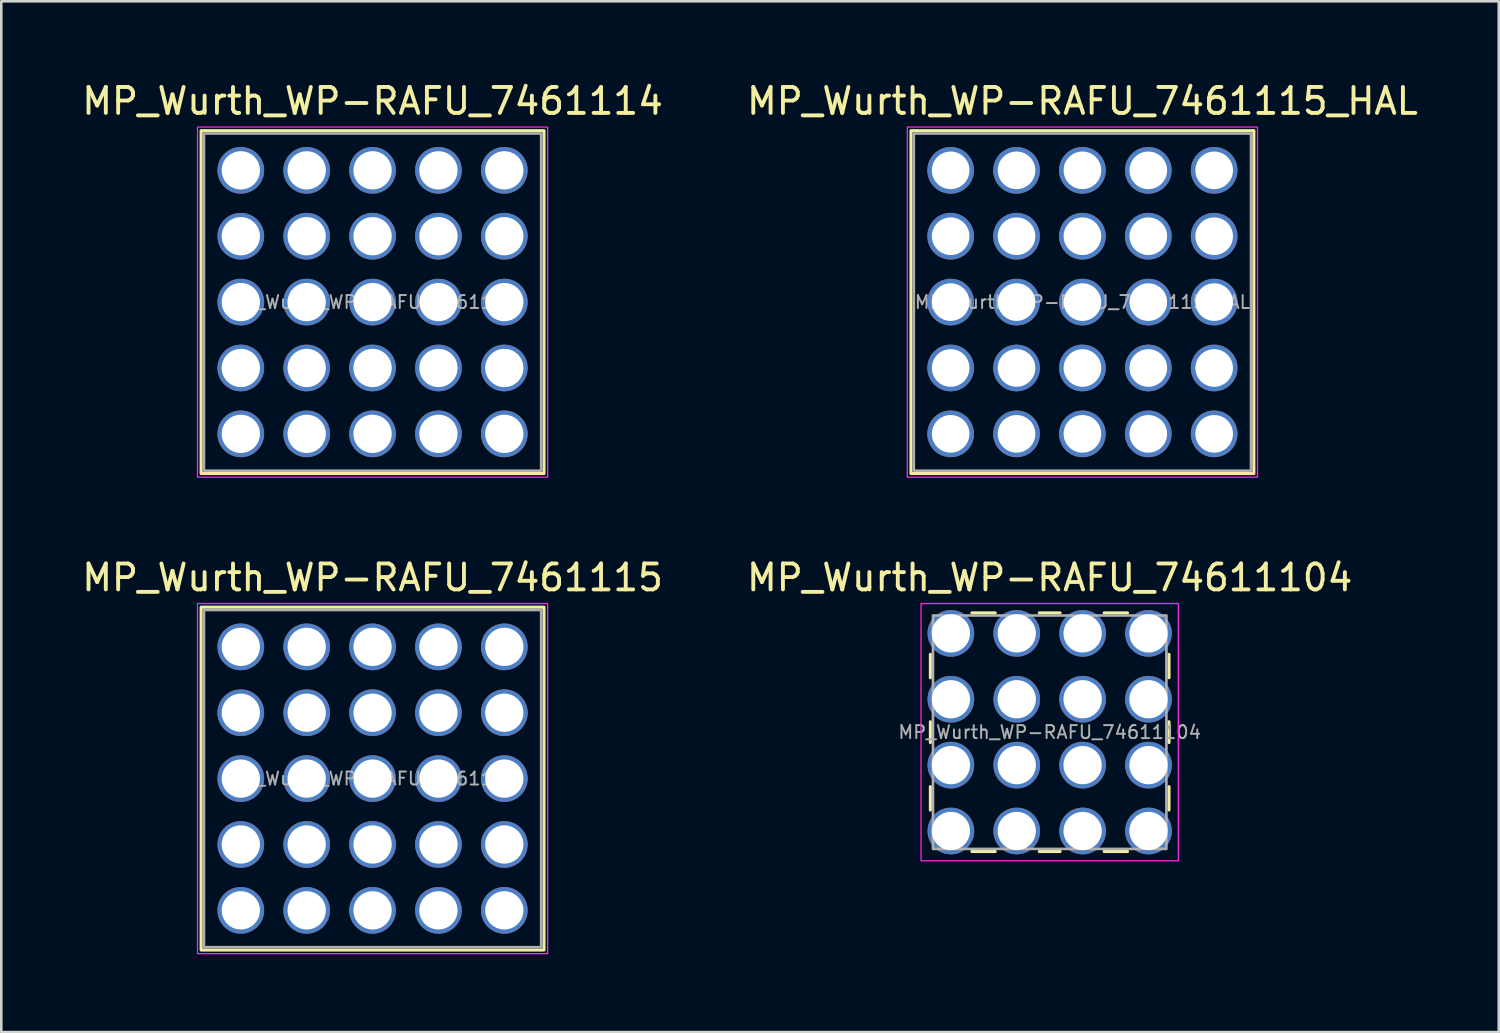
<source format=kicad_pcb>
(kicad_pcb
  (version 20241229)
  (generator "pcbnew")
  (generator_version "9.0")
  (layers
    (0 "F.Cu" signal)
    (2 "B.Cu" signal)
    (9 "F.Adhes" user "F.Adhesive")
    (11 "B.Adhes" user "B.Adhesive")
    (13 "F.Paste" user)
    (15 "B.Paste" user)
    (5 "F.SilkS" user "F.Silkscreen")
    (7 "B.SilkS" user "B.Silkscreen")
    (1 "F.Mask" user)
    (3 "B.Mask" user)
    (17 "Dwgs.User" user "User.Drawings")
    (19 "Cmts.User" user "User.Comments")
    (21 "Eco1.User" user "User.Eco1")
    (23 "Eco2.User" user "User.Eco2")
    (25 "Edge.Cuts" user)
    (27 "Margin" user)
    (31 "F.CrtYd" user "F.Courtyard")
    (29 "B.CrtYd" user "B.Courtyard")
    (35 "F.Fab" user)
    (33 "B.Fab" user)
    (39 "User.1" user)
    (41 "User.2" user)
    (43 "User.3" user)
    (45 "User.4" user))
  (footprint "MP_Wurth_WP-RAFU_7461114"
    (layer "F.Cu")
    (at 11.315 8.598)
    (property "Reference" "MP_Wurth_WP-RAFU_7461114" (at 0 -7.75 0) (unlocked yes) (layer "F.SilkS") (effects (font (size 1 1) (thickness 0.15))))
    (attr through_hole)
    (fp_rect (start -6.61 -6.61) (end 6.61 6.61) (stroke (width 0.12) (type solid)) (fill no) (layer "F.SilkS"))
    (fp_rect (start -6.75 -6.75) (end 6.75 6.75) (stroke (width 0.05) (type solid)) (fill no) (layer "F.CrtYd"))
    (fp_rect (start -6.5 -6.5) (end 6.5 6.5) (stroke (width 0.1) (type solid)) (fill no) (layer "F.Fab"))
    (fp_text user "${REFERENCE}" (at 0 0 0) (unlocked yes) (layer "F.Fab") (effects (font (size 0.5 0.5) (thickness 0.075))))
    (pad "1" thru_hole circle (at -5.08 -5.08) (size 1.8 1.8) (drill 1.475) (layers "*.Cu" "*.Mask"))
    (pad "1" thru_hole circle (at -5.08 -2.54) (size 1.8 1.8) (drill 1.475) (layers "*.Cu" "*.Mask"))
    (pad "1" thru_hole circle (at -5.08 0) (size 1.8 1.8) (drill 1.475) (layers "*.Cu" "*.Mask"))
    (pad "1" thru_hole circle (at -5.08 2.54) (size 1.8 1.8) (drill 1.475) (layers "*.Cu" "*.Mask"))
    (pad "1" thru_hole circle (at -5.08 5.08) (size 1.8 1.8) (drill 1.475) (layers "*.Cu" "*.Mask"))
    (pad "1" thru_hole circle (at -2.54 -5.08) (size 1.8 1.8) (drill 1.475) (layers "*.Cu" "*.Mask"))
    (pad "1" thru_hole circle (at -2.54 -2.54) (size 1.8 1.8) (drill 1.475) (layers "*.Cu" "*.Mask"))
    (pad "1" thru_hole circle (at -2.54 0) (size 1.8 1.8) (drill 1.475) (layers "*.Cu" "*.Mask"))
    (pad "1" thru_hole circle (at -2.54 2.54) (size 1.8 1.8) (drill 1.475) (layers "*.Cu" "*.Mask"))
    (pad "1" thru_hole circle (at -2.54 5.08) (size 1.8 1.8) (drill 1.475) (layers "*.Cu" "*.Mask"))
    (pad "1" thru_hole circle (at 0 -5.08) (size 1.8 1.8) (drill 1.475) (layers "*.Cu" "*.Mask"))
    (pad "1" thru_hole circle (at 0 -2.54) (size 1.8 1.8) (drill 1.475) (layers "*.Cu" "*.Mask"))
    (pad "1" thru_hole circle (at 0 0) (size 1.8 1.8) (drill 1.475) (layers "*.Cu" "*.Mask"))
    (pad "1" thru_hole circle (at 0 2.54) (size 1.8 1.8) (drill 1.475) (layers "*.Cu" "*.Mask"))
    (pad "1" thru_hole circle (at 0 5.08) (size 1.8 1.8) (drill 1.475) (layers "*.Cu" "*.Mask"))
    (pad "1" thru_hole circle (at 2.54 -5.08) (size 1.8 1.8) (drill 1.475) (layers "*.Cu" "*.Mask"))
    (pad "1" thru_hole circle (at 2.54 -2.54) (size 1.8 1.8) (drill 1.475) (layers "*.Cu" "*.Mask"))
    (pad "1" thru_hole circle (at 2.54 0) (size 1.8 1.8) (drill 1.475) (layers "*.Cu" "*.Mask"))
    (pad "1" thru_hole circle (at 2.54 2.54) (size 1.8 1.8) (drill 1.475) (layers "*.Cu" "*.Mask"))
    (pad "1" thru_hole circle (at 2.54 5.08) (size 1.8 1.8) (drill 1.475) (layers "*.Cu" "*.Mask"))
    (pad "1" thru_hole circle (at 5.08 -5.08) (size 1.8 1.8) (drill 1.475) (layers "*.Cu" "*.Mask"))
    (pad "1" thru_hole circle (at 5.08 -2.54) (size 1.8 1.8) (drill 1.475) (layers "*.Cu" "*.Mask"))
    (pad "1" thru_hole circle (at 5.08 0) (size 1.8 1.8) (drill 1.475) (layers "*.Cu" "*.Mask"))
    (pad "1" thru_hole circle (at 5.08 2.54) (size 1.8 1.8) (drill 1.475) (layers "*.Cu" "*.Mask"))
    (pad "1" thru_hole circle (at 5.08 5.08) (size 1.8 1.8) (drill 1.475) (layers "*.Cu" "*.Mask")))
  (footprint "MP_Wurth_WP-RAFU_7461115"
    (layer "F.Cu")
    (at 11.315 26.971)
    (property "Reference" "MP_Wurth_WP-RAFU_7461115" (at 0 -7.75 0) (unlocked yes) (layer "F.SilkS") (effects (font (size 1 1) (thickness 0.15))))
    (attr through_hole)
    (fp_rect (start -6.61 -6.61) (end 6.61 6.61) (stroke (width 0.12) (type solid)) (fill no) (layer "F.SilkS"))
    (fp_rect (start -6.75 -6.75) (end 6.75 6.75) (stroke (width 0.05) (type solid)) (fill no) (layer "F.CrtYd"))
    (fp_rect (start -6.5 -6.5) (end 6.5 6.5) (stroke (width 0.1) (type solid)) (fill no) (layer "F.Fab"))
    (fp_text user "${REFERENCE}" (at 0 0 0) (unlocked yes) (layer "F.Fab") (effects (font (size 0.5 0.5) (thickness 0.075))))
    (pad "1" thru_hole circle (at -5.08 -5.08) (size 1.8 1.8) (drill 1.475) (layers "*.Cu" "*.Mask"))
    (pad "1" thru_hole circle (at -5.08 -2.54) (size 1.8 1.8) (drill 1.475) (layers "*.Cu" "*.Mask"))
    (pad "1" thru_hole circle (at -5.08 0) (size 1.8 1.8) (drill 1.475) (layers "*.Cu" "*.Mask"))
    (pad "1" thru_hole circle (at -5.08 2.54) (size 1.8 1.8) (drill 1.475) (layers "*.Cu" "*.Mask"))
    (pad "1" thru_hole circle (at -5.08 5.08) (size 1.8 1.8) (drill 1.475) (layers "*.Cu" "*.Mask"))
    (pad "1" thru_hole circle (at -2.54 -5.08) (size 1.8 1.8) (drill 1.475) (layers "*.Cu" "*.Mask"))
    (pad "1" thru_hole circle (at -2.54 -2.54) (size 1.8 1.8) (drill 1.475) (layers "*.Cu" "*.Mask"))
    (pad "1" thru_hole circle (at -2.54 0) (size 1.8 1.8) (drill 1.475) (layers "*.Cu" "*.Mask"))
    (pad "1" thru_hole circle (at -2.54 2.54) (size 1.8 1.8) (drill 1.475) (layers "*.Cu" "*.Mask"))
    (pad "1" thru_hole circle (at -2.54 5.08) (size 1.8 1.8) (drill 1.475) (layers "*.Cu" "*.Mask"))
    (pad "1" thru_hole circle (at 0 -5.08) (size 1.8 1.8) (drill 1.475) (layers "*.Cu" "*.Mask"))
    (pad "1" thru_hole circle (at 0 -2.54) (size 1.8 1.8) (drill 1.475) (layers "*.Cu" "*.Mask"))
    (pad "1" thru_hole circle (at 0 0) (size 1.8 1.8) (drill 1.475) (layers "*.Cu" "*.Mask"))
    (pad "1" thru_hole circle (at 0 2.54) (size 1.8 1.8) (drill 1.475) (layers "*.Cu" "*.Mask"))
    (pad "1" thru_hole circle (at 0 5.08) (size 1.8 1.8) (drill 1.475) (layers "*.Cu" "*.Mask"))
    (pad "1" thru_hole circle (at 2.54 -5.08) (size 1.8 1.8) (drill 1.475) (layers "*.Cu" "*.Mask"))
    (pad "1" thru_hole circle (at 2.54 -2.54) (size 1.8 1.8) (drill 1.475) (layers "*.Cu" "*.Mask"))
    (pad "1" thru_hole circle (at 2.54 0) (size 1.8 1.8) (drill 1.475) (layers "*.Cu" "*.Mask"))
    (pad "1" thru_hole circle (at 2.54 2.54) (size 1.8 1.8) (drill 1.475) (layers "*.Cu" "*.Mask"))
    (pad "1" thru_hole circle (at 2.54 5.08) (size 1.8 1.8) (drill 1.475) (layers "*.Cu" "*.Mask"))
    (pad "1" thru_hole circle (at 5.08 -5.08) (size 1.8 1.8) (drill 1.475) (layers "*.Cu" "*.Mask"))
    (pad "1" thru_hole circle (at 5.08 -2.54) (size 1.8 1.8) (drill 1.475) (layers "*.Cu" "*.Mask"))
    (pad "1" thru_hole circle (at 5.08 0) (size 1.8 1.8) (drill 1.475) (layers "*.Cu" "*.Mask"))
    (pad "1" thru_hole circle (at 5.08 2.54) (size 1.8 1.8) (drill 1.475) (layers "*.Cu" "*.Mask"))
    (pad "1" thru_hole circle (at 5.08 5.08) (size 1.8 1.8) (drill 1.475) (layers "*.Cu" "*.Mask")))
  (footprint "MP_Wurth_WP-RAFU_7461115_HAL"
    (layer "F.Cu")
    (at 38.685 8.598)
    (property "Reference" "MP_Wurth_WP-RAFU_7461115_HAL" (at 0 -7.75 0) (unlocked yes) (layer "F.SilkS") (effects (font (size 1 1) (thickness 0.15))))
    (attr through_hole)
    (fp_rect (start -6.61 -6.61) (end 6.61 6.61) (stroke (width 0.12) (type solid)) (fill no) (layer "F.SilkS"))
    (fp_rect (start -6.75 -6.75) (end 6.75 6.75) (stroke (width 0.05) (type solid)) (fill no) (layer "F.CrtYd"))
    (fp_rect (start -6.5 -6.5) (end 6.5 6.5) (stroke (width 0.1) (type solid)) (fill no) (layer "F.Fab"))
    (fp_text user "${REFERENCE}" (at 0 0 0) (unlocked yes) (layer "F.Fab") (effects (font (size 0.5 0.5) (thickness 0.075))))
    (pad "1" thru_hole circle (at -5.08 -5.08) (size 1.8 1.8) (drill 1.45) (layers "*.Cu" "*.Mask"))
    (pad "1" thru_hole circle (at -5.08 -2.54) (size 1.8 1.8) (drill 1.45) (layers "*.Cu" "*.Mask"))
    (pad "1" thru_hole circle (at -5.08 0) (size 1.8 1.8) (drill 1.45) (layers "*.Cu" "*.Mask"))
    (pad "1" thru_hole circle (at -5.08 2.54) (size 1.8 1.8) (drill 1.45) (layers "*.Cu" "*.Mask"))
    (pad "1" thru_hole circle (at -5.08 5.08) (size 1.8 1.8) (drill 1.45) (layers "*.Cu" "*.Mask"))
    (pad "1" thru_hole circle (at -2.54 -5.08) (size 1.8 1.8) (drill 1.45) (layers "*.Cu" "*.Mask"))
    (pad "1" thru_hole circle (at -2.54 -2.54) (size 1.8 1.8) (drill 1.45) (layers "*.Cu" "*.Mask"))
    (pad "1" thru_hole circle (at -2.54 0) (size 1.8 1.8) (drill 1.45) (layers "*.Cu" "*.Mask"))
    (pad "1" thru_hole circle (at -2.54 2.54) (size 1.8 1.8) (drill 1.45) (layers "*.Cu" "*.Mask"))
    (pad "1" thru_hole circle (at -2.54 5.08) (size 1.8 1.8) (drill 1.45) (layers "*.Cu" "*.Mask"))
    (pad "1" thru_hole circle (at 0 -5.08) (size 1.8 1.8) (drill 1.45) (layers "*.Cu" "*.Mask"))
    (pad "1" thru_hole circle (at 0 -2.54) (size 1.8 1.8) (drill 1.45) (layers "*.Cu" "*.Mask"))
    (pad "1" thru_hole circle (at 0 0) (size 1.8 1.8) (drill 1.45) (layers "*.Cu" "*.Mask"))
    (pad "1" thru_hole circle (at 0 2.54) (size 1.8 1.8) (drill 1.45) (layers "*.Cu" "*.Mask"))
    (pad "1" thru_hole circle (at 0 5.08) (size 1.8 1.8) (drill 1.45) (layers "*.Cu" "*.Mask"))
    (pad "1" thru_hole circle (at 2.54 -5.08) (size 1.8 1.8) (drill 1.45) (layers "*.Cu" "*.Mask"))
    (pad "1" thru_hole circle (at 2.54 -2.54) (size 1.8 1.8) (drill 1.45) (layers "*.Cu" "*.Mask"))
    (pad "1" thru_hole circle (at 2.54 0) (size 1.8 1.8) (drill 1.45) (layers "*.Cu" "*.Mask"))
    (pad "1" thru_hole circle (at 2.54 2.54) (size 1.8 1.8) (drill 1.45) (layers "*.Cu" "*.Mask"))
    (pad "1" thru_hole circle (at 2.54 5.08) (size 1.8 1.8) (drill 1.45) (layers "*.Cu" "*.Mask"))
    (pad "1" thru_hole circle (at 5.08 -5.08) (size 1.8 1.8) (drill 1.45) (layers "*.Cu" "*.Mask"))
    (pad "1" thru_hole circle (at 5.08 -2.54) (size 1.8 1.8) (drill 1.45) (layers "*.Cu" "*.Mask"))
    (pad "1" thru_hole circle (at 5.08 0) (size 1.8 1.8) (drill 1.45) (layers "*.Cu" "*.Mask"))
    (pad "1" thru_hole circle (at 5.08 2.54) (size 1.8 1.8) (drill 1.45) (layers "*.Cu" "*.Mask"))
    (pad "1" thru_hole circle (at 5.08 5.08) (size 1.8 1.8) (drill 1.45) (layers "*.Cu" "*.Mask")))
  (footprint "MP_Wurth_WP-RAFU_74611104"
    (layer "F.Cu")
    (at 37.423 25.181)
    (property "Reference" "MP_Wurth_WP-RAFU_74611104" (at 0 -5.96 0) (unlocked yes) (layer "F.SilkS") (effects (font (size 1 1) (thickness 0.15))))
    (attr through_hole)
    (fp_line (start -4.6 -2.1) (end -4.6 -3) (stroke (width 0.12) (type solid)) (layer "F.SilkS"))
    (fp_line (start -4.6 0.4) (end -4.6 -0.4) (stroke (width 0.12) (type solid)) (layer "F.SilkS"))
    (fp_line (start -4.6 3) (end -4.6 2.1) (stroke (width 0.12) (type solid)) (layer "F.SilkS"))
    (fp_line (start -3 -4.6) (end -2.1 -4.6) (stroke (width 0.12) (type solid)) (layer "F.SilkS"))
    (fp_line (start -2.1 4.6) (end -3 4.6) (stroke (width 0.12) (type solid)) (layer "F.SilkS"))
    (fp_line (start -0.4 -4.6) (end 0.4 -4.6) (stroke (width 0.12) (type solid)) (layer "F.SilkS"))
    (fp_line (start 0.4 4.6) (end -0.4 4.6) (stroke (width 0.12) (type solid)) (layer "F.SilkS"))
    (fp_line (start 2.1 -4.6) (end 3 -4.6) (stroke (width 0.12) (type solid)) (layer "F.SilkS"))
    (fp_line (start 3 4.6) (end 2.1 4.6) (stroke (width 0.12) (type solid)) (layer "F.SilkS"))
    (fp_line (start 4.6 -3) (end 4.6 -2.1) (stroke (width 0.12) (type solid)) (layer "F.SilkS"))
    (fp_line (start 4.6 -0.4) (end 4.6 0.4) (stroke (width 0.12) (type solid)) (layer "F.SilkS"))
    (fp_line (start 4.6 2.1) (end 4.6 3) (stroke (width 0.12) (type solid)) (layer "F.SilkS"))
    (fp_rect (start -4.96 -4.96) (end 4.96 4.96) (stroke (width 0.05) (type solid)) (fill no) (layer "F.CrtYd"))
    (fp_rect (start -4.5 -4.5) (end 4.5 4.5) (stroke (width 0.1) (type solid)) (fill no) (layer "F.Fab"))
    (fp_text user "${REFERENCE}" (at 0 0 0) (unlocked yes) (layer "F.Fab") (effects (font (size 0.5 0.5) (thickness 0.075))))
    (pad "1" thru_hole circle (at -3.81 -3.81) (size 1.8 1.8) (drill 1.475) (layers "*.Cu" "*.Mask"))
    (pad "1" thru_hole circle (at -3.81 -1.27) (size 1.8 1.8) (drill 1.475) (layers "*.Cu" "*.Mask"))
    (pad "1" thru_hole circle (at -3.81 1.27) (size 1.8 1.8) (drill 1.475) (layers "*.Cu" "*.Mask"))
    (pad "1" thru_hole circle (at -3.81 3.81) (size 1.8 1.8) (drill 1.475) (layers "*.Cu" "*.Mask"))
    (pad "1" thru_hole circle (at -1.27 -3.81) (size 1.8 1.8) (drill 1.475) (layers "*.Cu" "*.Mask"))
    (pad "1" thru_hole circle (at -1.27 -1.27) (size 1.8 1.8) (drill 1.475) (layers "*.Cu" "*.Mask"))
    (pad "1" thru_hole circle (at -1.27 1.27) (size 1.8 1.8) (drill 1.475) (layers "*.Cu" "*.Mask"))
    (pad "1" thru_hole circle (at -1.27 3.81) (size 1.8 1.8) (drill 1.475) (layers "*.Cu" "*.Mask"))
    (pad "1" thru_hole circle (at 1.27 -3.81) (size 1.8 1.8) (drill 1.475) (layers "*.Cu" "*.Mask"))
    (pad "1" thru_hole circle (at 1.27 -1.27) (size 1.8 1.8) (drill 1.475) (layers "*.Cu" "*.Mask"))
    (pad "1" thru_hole circle (at 1.27 1.27) (size 1.8 1.8) (drill 1.475) (layers "*.Cu" "*.Mask"))
    (pad "1" thru_hole circle (at 1.27 3.81) (size 1.8 1.8) (drill 1.475) (layers "*.Cu" "*.Mask"))
    (pad "1" thru_hole circle (at 3.81 -3.81) (size 1.8 1.8) (drill 1.475) (layers "*.Cu" "*.Mask"))
    (pad "1" thru_hole circle (at 3.81 -1.27) (size 1.8 1.8) (drill 1.475) (layers "*.Cu" "*.Mask"))
    (pad "1" thru_hole circle (at 3.81 1.27) (size 1.8 1.8) (drill 1.475) (layers "*.Cu" "*.Mask"))
    (pad "1" thru_hole circle (at 3.81 3.81) (size 1.8 1.8) (drill 1.475) (layers "*.Cu" "*.Mask")))
  (gr_rect
    (start -3 -3)
    (end 54.738 36.746)
    (stroke (width 0.1) (type default))
    (fill no)
    (layer "Edge.Cuts")))
</source>
